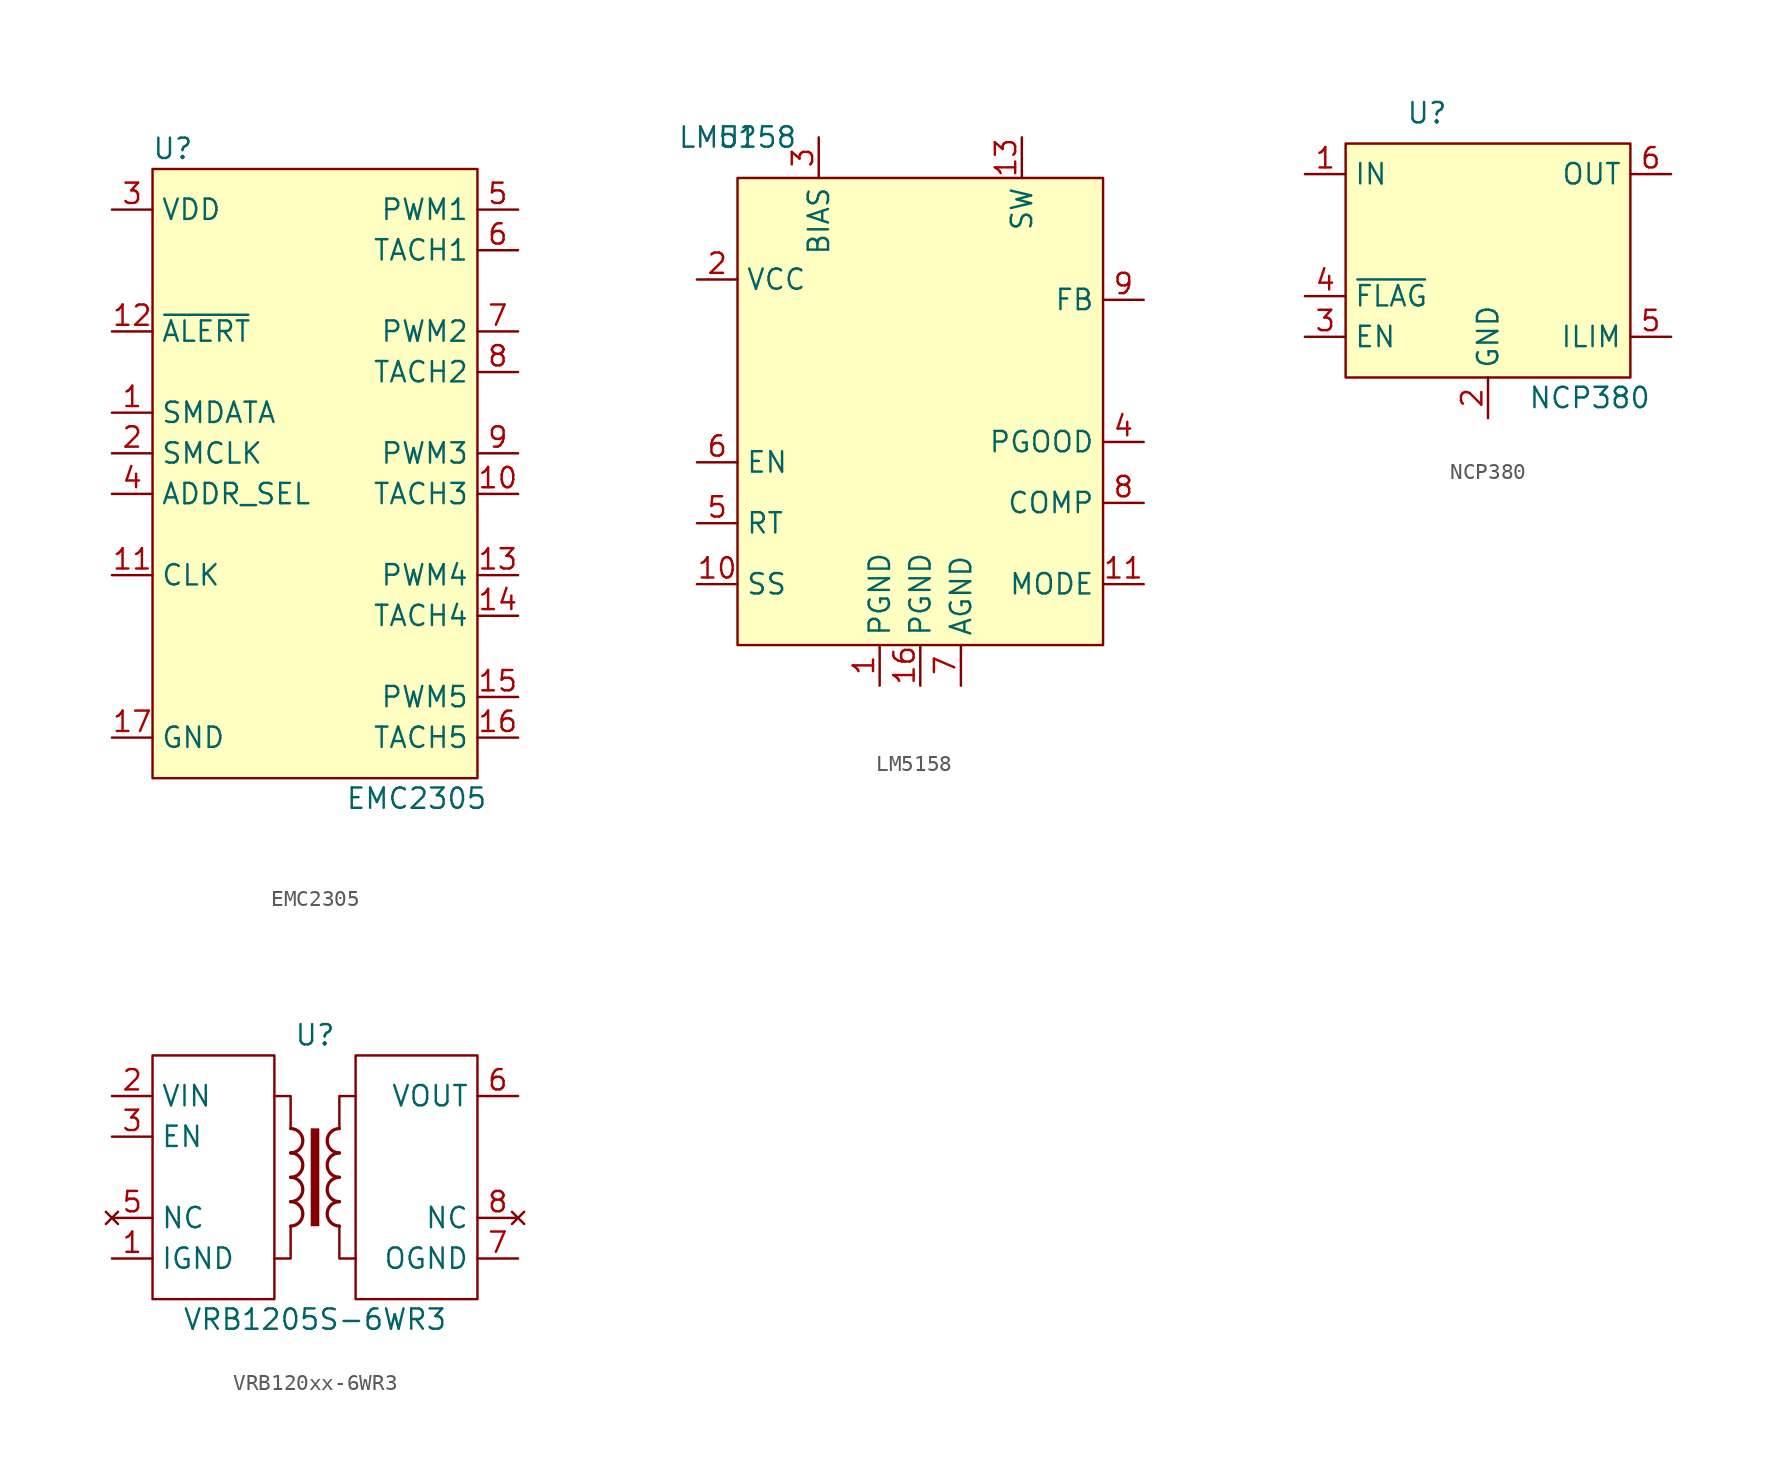
<source format=kicad_sym>
(kicad_symbol_lib
  (version 20241209)
  (generator "kicad_symbol_editor")
  (generator_version "9.0")
  (symbol "EMC2305"
    (property "Reference" "U"
      (at -8.89 19.05 0)
      (effects (font (size 1.27 1.27))))
    (property "Value" "EMC2305"
      (at 6.35 -21.59 0)
      (effects (font (size 1.27 1.27))))
    (symbol "EMC2305_1_1"
      (rectangle (start -10.16 17.78) (end 10.16 -20.32) (stroke (width 0) (type default)) (fill (type background)))
      (pin power_in line (at -12.7 15.24 0) (length 2.54) (name "VDD" (effects (font (size 1.27 1.27)))) (number "3" (effects (font (size 1.27 1.27)))))
      (pin open_collector line (at -12.7 7.62 0) (length 2.54) (name "~{ALERT}" (effects (font (size 1.27 1.27)))) (number "12" (effects (font (size 1.27 1.27)))))
      (pin bidirectional line (at -12.7 2.54 0) (length 2.54) (name "SMDATA" (effects (font (size 1.27 1.27)))) (number "1" (effects (font (size 1.27 1.27)))))
      (pin input line (at -12.7 0 0) (length 2.54) (name "SMCLK" (effects (font (size 1.27 1.27)))) (number "2" (effects (font (size 1.27 1.27)))))
      (pin input line (at -12.7 -2.54 0) (length 2.54) (name "ADDR_SEL" (effects (font (size 1.27 1.27)))) (number "4" (effects (font (size 1.27 1.27)))))
      (pin bidirectional line (at -12.7 -7.62 0) (length 2.54) (name "CLK" (effects (font (size 1.27 1.27)))) (number "11" (effects (font (size 1.27 1.27)))))
      (pin power_in line (at -12.7 -17.78 0) (length 2.54) (name "GND" (effects (font (size 1.27 1.27)))) (number "17" (effects (font (size 1.27 1.27)))))
      (pin output line (at 12.7 15.24 180) (length 2.54) (name "PWM1" (effects (font (size 1.27 1.27)))) (number "5" (effects (font (size 1.27 1.27)))))
      (pin input line (at 12.7 12.7 180) (length 2.54) (name "TACH1" (effects (font (size 1.27 1.27)))) (number "6" (effects (font (size 1.27 1.27)))))
      (pin output line (at 12.7 7.62 180) (length 2.54) (name "PWM2" (effects (font (size 1.27 1.27)))) (number "7" (effects (font (size 1.27 1.27)))))
      (pin input line (at 12.7 5.08 180) (length 2.54) (name "TACH2" (effects (font (size 1.27 1.27)))) (number "8" (effects (font (size 1.27 1.27)))))
      (pin output line (at 12.7 0 180) (length 2.54) (name "PWM3" (effects (font (size 1.27 1.27)))) (number "9" (effects (font (size 1.27 1.27)))))
      (pin input line (at 12.7 -2.54 180) (length 2.54) (name "TACH3" (effects (font (size 1.27 1.27)))) (number "10" (effects (font (size 1.27 1.27)))))
      (pin output line (at 12.7 -7.62 180) (length 2.54) (name "PWM4" (effects (font (size 1.27 1.27)))) (number "13" (effects (font (size 1.27 1.27)))))
      (pin input line (at 12.7 -10.16 180) (length 2.54) (name "TACH4" (effects (font (size 1.27 1.27)))) (number "14" (effects (font (size 1.27 1.27)))))
      (pin output line (at 12.7 -15.24 180) (length 2.54) (name "PWM5" (effects (font (size 1.27 1.27)))) (number "15" (effects (font (size 1.27 1.27)))))
      (pin input line (at 12.7 -17.78 180) (length 2.54) (name "TACH5" (effects (font (size 1.27 1.27)))) (number "16" (effects (font (size 1.27 1.27)))))))
  (symbol "LM5158"
    (property "Reference" "U"
      (at 0 0 0)
      (effects (font (size 1.27 1.27))))
    (property "Value" "LM5158"
      (at 0 0 0)
      (effects (font (size 1.27 1.27))))
    (symbol "LM5158_1_1"
      (rectangle (start 0 -2.54) (end 22.86 -31.75) (stroke (width 0) (type solid)) (fill (type background)))
      (pin power_in line (at -2.54 -8.89 0) (length 2.54) (name "VCC" (effects (font (size 1.27 1.27)))) (number "2" (effects (font (size 1.27 1.27)))))
      (pin no_connect line (at -2.54 -11.43 0) (length 2.54) (hide yes) (name "NC" (effects (font (size 1.27 1.27)))) (number "12" (effects (font (size 1.27 1.27)))))
      (pin no_connect line (at -2.54 -13.97 0) (length 2.54) (hide yes) (name "NC" (effects (font (size 1.27 1.27)))) (number "15" (effects (font (size 1.27 1.27)))))
      (pin input line (at -2.54 -20.32 0) (length 2.54) (name "EN" (effects (font (size 1.27 1.27)))) (number "6" (effects (font (size 1.27 1.27)))))
      (pin input line (at -2.54 -24.13 0) (length 2.54) (name "RT" (effects (font (size 1.27 1.27)))) (number "5" (effects (font (size 1.27 1.27)))))
      (pin input line (at -2.54 -27.94 0) (length 2.54) (name "SS" (effects (font (size 1.27 1.27)))) (number "10" (effects (font (size 1.27 1.27)))))
      (pin power_in line (at 5.08 0 270) (length 2.54) (name "BIAS" (effects (font (size 1.27 1.27)))) (number "3" (effects (font (size 1.27 1.27)))))
      (pin power_in line (at 8.89 -34.29 90) (length 2.54) (name "PGND" (effects (font (size 1.27 1.27)))) (number "1" (effects (font (size 1.27 1.27)))))
      (pin power_in line (at 11.43 -34.29 90) (length 2.54) (name "PGND" (effects (font (size 1.27 1.27)))) (number "16" (effects (font (size 1.27 1.27)))))
      (pin power_in line (at 13.97 -34.29 90) (length 2.54) (name "AGND" (effects (font (size 1.27 1.27)))) (number "7" (effects (font (size 1.27 1.27)))))
      (pin bidirectional line (at 17.78 0 270) (length 2.54) (name "SW" (effects (font (size 1.27 1.27)))) (number "13" (effects (font (size 1.27 1.27)))))
      (pin bidirectional line (at 17.78 0 270) (length 2.54) (hide yes) (name "SW" (effects (font (size 1.27 1.27)))) (number "14" (effects (font (size 1.27 1.27)))))
      (pin input line (at 25.4 -10.16 180) (length 2.54) (name "FB" (effects (font (size 1.27 1.27)))) (number "9" (effects (font (size 1.27 1.27)))))
      (pin output line (at 25.4 -19.05 180) (length 2.54) (name "PGOOD" (effects (font (size 1.27 1.27)))) (number "4" (effects (font (size 1.27 1.27)))))
      (pin output line (at 25.4 -22.86 180) (length 2.54) (name "COMP" (effects (font (size 1.27 1.27)))) (number "8" (effects (font (size 1.27 1.27)))))
      (pin input line (at 25.4 -27.94 180) (length 2.54) (name "MODE" (effects (font (size 1.27 1.27)))) (number "11" (effects (font (size 1.27 1.27)))))))
  (symbol "NCP380"
    (property "Reference" "U"
      (at -3.81 8.89 0)
      (effects (font (size 1.27 1.27))))
    (property "Value" "NCP380"
      (at 6.35 -8.89 0)
      (effects (font (size 1.27 1.27))))
    (symbol "NCP380_1_1"
      (rectangle (start -8.89 6.985) (end 8.89 -7.62) (stroke (width 0) (type default)) (fill (type background)))
      (pin power_in line (at -11.43 5.08 0) (length 2.54) (name "IN" (effects (font (size 1.27 1.27)))) (number "1" (effects (font (size 1.27 1.27)))))
      (pin output line (at -11.43 -2.54 0) (length 2.54) (name "~{FLAG}" (effects (font (size 1.27 1.27)))) (number "4" (effects (font (size 1.27 1.27)))))
      (pin input line (at -11.43 -5.08 0) (length 2.54) (name "EN" (effects (font (size 1.27 1.27)))) (number "3" (effects (font (size 1.27 1.27)))))
      (pin input line (at 0 -10.16 90) (length 2.54) (name "GND" (effects (font (size 1.27 1.27)))) (number "2" (effects (font (size 1.27 1.27)))))
      (pin power_out line (at 11.43 5.08 180) (length 2.54) (name "OUT" (effects (font (size 1.27 1.27)))) (number "6" (effects (font (size 1.27 1.27)))))
      (pin bidirectional line (at 11.43 -5.08 180) (length 2.54) (name "ILIM" (effects (font (size 1.27 1.27)))) (number "5" (effects (font (size 1.27 1.27)))))))
  (symbol "VRB120xx-6WR3"
    (property "Reference" "U"
      (at 0 11.43 0)
      (effects (font (size 1.27 1.27))))
    (property "Value" "VRB1205S-6WR3"
      (at 0 -6.35 0)
      (effects (font (size 1.27 1.27))))
    (symbol "VRB120xx-6WR3_0_1"
      (rectangle (start -10.16 10.16) (end -2.54 -5.08) (stroke (width 0) (type default)) (fill (type none)))
      (polyline (pts (xy -2.54 7.62) (xy -1.524 7.62) (xy -1.524 5.588) (xy -1.524 5.588)) (stroke (width 0.152) (type default)) (fill (type none)))
      (arc (start -1.524 5.588) (mid -0.7653 4.826) (end -1.524 4.064) (stroke (width 0.2032) (type default)) (fill (type none)))
      (arc (start -1.524 4.064) (mid -0.7653 3.302) (end -1.524 2.54) (stroke (width 0.2032) (type default)) (fill (type none)))
      (arc (start -1.524 2.54) (mid -0.7653 1.778) (end -1.524 1.016) (stroke (width 0.2032) (type default)) (fill (type none)))
      (arc (start -1.524 1.016) (mid -0.7653 0.254) (end -1.524 -0.508) (stroke (width 0.2032) (type default)) (fill (type none)))
      (polyline (pts (xy -1.524 -0.508) (xy -1.524 -2.54) (xy -2.54 -2.54) (xy -2.54 -2.54)) (stroke (width 0.152) (type default)) (fill (type none)))
      (rectangle (start -0.254 5.588) (end 0.254 -0.508) (stroke (width 0.025) (type default)) (fill (type outline)))
      (polyline (pts (xy 1.524 5.588) (xy 1.524 7.62) (xy 2.54 7.62) (xy 2.54 7.62)) (stroke (width 0.152) (type default)) (fill (type none)))
      (arc (start 1.524 4.064) (mid 0.7653 4.826) (end 1.524 5.588) (stroke (width 0.2032) (type default)) (fill (type none)))
      (arc (start 1.524 2.54) (mid 0.7653 3.302) (end 1.524 4.064) (stroke (width 0.2032) (type default)) (fill (type none)))
      (arc (start 1.524 1.016) (mid 0.7653 1.778) (end 1.524 2.54) (stroke (width 0.2032) (type default)) (fill (type none)))
      (arc (start 1.524 -0.508) (mid 0.7653 0.254) (end 1.524 1.016) (stroke (width 0.2032) (type default)) (fill (type none)))
      (rectangle (start 2.54 10.16) (end 10.16 -5.08) (stroke (width 0) (type default)) (fill (type none)))
      (polyline (pts (xy 2.54 -2.54) (xy 1.524 -2.54) (xy 1.524 -0.508) (xy 1.524 -0.508)) (stroke (width 0.152) (type default)) (fill (type none))))
    (symbol "VRB120xx-6WR3_1_1"
      (pin power_in line (at -12.7 7.62 0) (length 2.54) (name "VIN" (effects (font (size 1.27 1.27)))) (number "2" (effects (font (size 1.27 1.27)))))
      (pin input line (at -12.7 5.08 0) (length 2.54) (name "EN" (effects (font (size 1.27 1.27)))) (number "3" (effects (font (size 1.27 1.27)))))
      (pin no_connect line (at -12.7 0 0) (length 2.54) (name "NC" (effects (font (size 1.27 1.27)))) (number "5" (effects (font (size 1.27 1.27)))))
      (pin power_in line (at -12.7 -2.54 0) (length 2.54) (name "IGND" (effects (font (size 1.27 1.27)))) (number "1" (effects (font (size 1.27 1.27)))))
      (pin power_out line (at 12.7 7.62 180) (length 2.54) (name "VOUT" (effects (font (size 1.27 1.27)))) (number "6" (effects (font (size 1.27 1.27)))))
      (pin no_connect line (at 12.7 0 180) (length 2.54) (name "NC" (effects (font (size 1.27 1.27)))) (number "8" (effects (font (size 1.27 1.27)))))
      (pin power_out line (at 12.7 -2.54 180) (length 2.54) (name "OGND" (effects (font (size 1.27 1.27)))) (number "7" (effects (font (size 1.27 1.27))))))))
</source>
